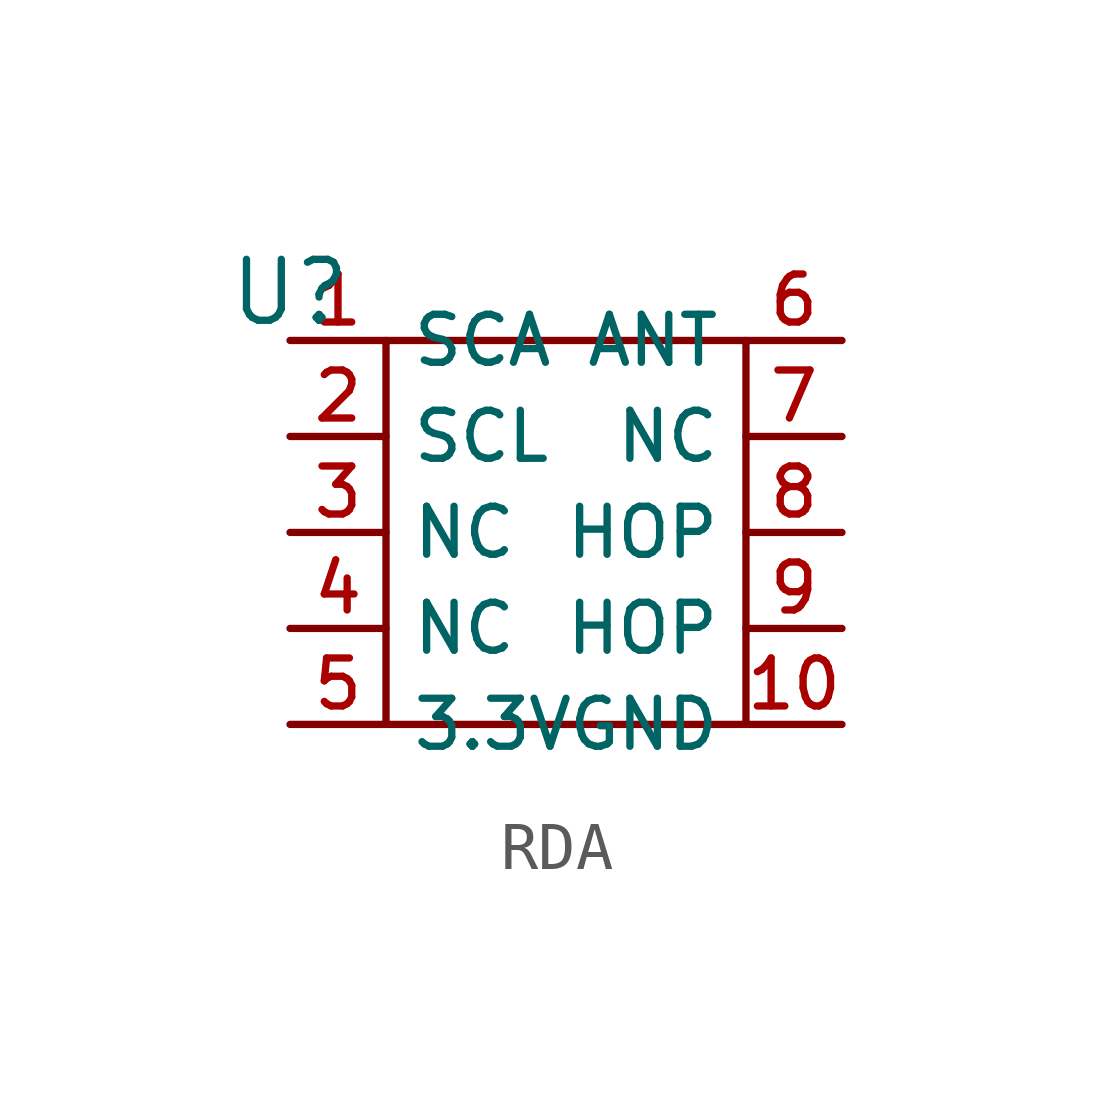
<source format=kicad_sym>
(kicad_symbol_lib
  (version 20220914)
  (generator kicad_symbol_editor)
  (symbol "RDA"
    (property "Reference" "U"
      (at 0 1 0)
      (effects (font (size 1.27 1.27))))
    (property "Value" ""
      (at 0 1 0)
      (effects (font (size 1.27 1.27))))
    (property "ki_locked" ""
      (at 0 0 0)
      (effects (font (size 1.27 1.27))))
    (symbol "RDA_1_1"
      (rectangle (start 2 0) (end 9.5 -8) (stroke (width 0) (type default)) (fill (type none)))
      (pin input line (at 0 0 0) (length 2) (name "SCA" (effects (font (size 1 1)))) (number "1" (effects (font (size 1 1)))))
      (pin unspecified line (at 11.5 -8 180) (length 2) (name "GND" (effects (font (size 1 1)))) (number "10" (effects (font (size 1 1)))))
      (pin input line (at 0 -2 0) (length 2) (name "SCL" (effects (font (size 1 1)))) (number "2" (effects (font (size 1 1)))))
      (pin input line (at 0 -4 0) (length 2) (name "NC" (effects (font (size 1 1)))) (number "3" (effects (font (size 1 1)))))
      (pin input line (at 0 -6 0) (length 2) (name "NC" (effects (font (size 1 1)))) (number "4" (effects (font (size 1 1)))))
      (pin input line (at 0 -8 0) (length 2) (name "3.3V" (effects (font (size 1 1)))) (number "5" (effects (font (size 1 1)))))
      (pin input line (at 11.5 0 180) (length 2) (name "ANT" (effects (font (size 1 1)))) (number "6" (effects (font (size 1 1)))))
      (pin input line (at 11.5 -2 180) (length 2) (name "NC" (effects (font (size 1 1)))) (number "7" (effects (font (size 1 1)))))
      (pin input line (at 11.5 -4 180) (length 2) (name "HOP" (effects (font (size 1 1)))) (number "8" (effects (font (size 1 1)))))
      (pin bidirectional line (at 11.5 -6 180) (length 2) (name "HOP" (effects (font (size 1 1)))) (number "9" (effects (font (size 1 1))))))))
</source>
